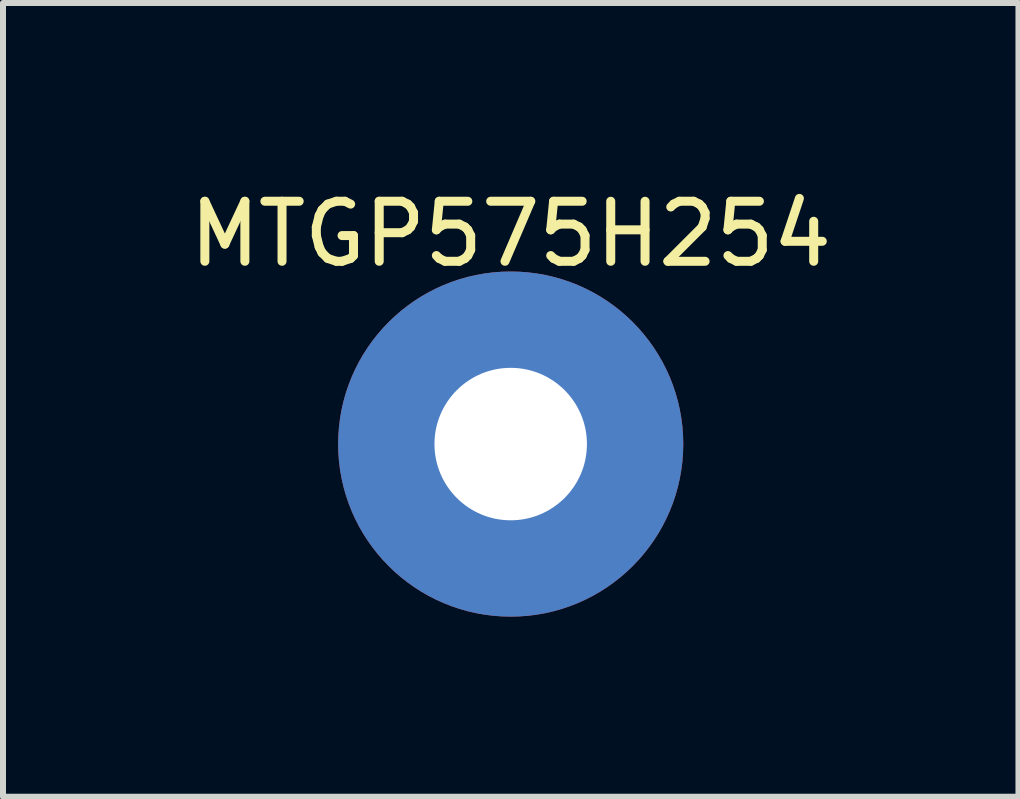
<source format=kicad_pcb>
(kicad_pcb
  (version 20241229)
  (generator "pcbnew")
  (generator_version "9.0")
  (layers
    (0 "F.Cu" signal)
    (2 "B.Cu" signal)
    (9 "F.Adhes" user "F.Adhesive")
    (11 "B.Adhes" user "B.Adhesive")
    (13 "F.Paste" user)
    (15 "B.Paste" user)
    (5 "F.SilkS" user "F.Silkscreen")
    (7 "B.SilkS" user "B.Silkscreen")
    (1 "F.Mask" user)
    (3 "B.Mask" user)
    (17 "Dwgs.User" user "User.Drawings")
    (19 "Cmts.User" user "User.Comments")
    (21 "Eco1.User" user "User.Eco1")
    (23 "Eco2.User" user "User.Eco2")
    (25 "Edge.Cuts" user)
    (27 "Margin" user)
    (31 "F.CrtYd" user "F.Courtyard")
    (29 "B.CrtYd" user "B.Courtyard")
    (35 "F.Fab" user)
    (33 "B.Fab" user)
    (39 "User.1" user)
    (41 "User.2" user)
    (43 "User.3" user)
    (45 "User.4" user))
  (footprint "MTGP575H254"
    (layer "F.Cu")
    (at 5.458 4.348)
    (property "Reference" "MTGP575H254" (at 0 -3.5 0) (layer "F.SilkS") (effects (font (size 1 1) (thickness 0.15))))
    (attr through_hole)
    (pad "1" thru_hole circle (at 0 0) (size 5.75 5.75) (drill 2.54) (layers "*.Cu" "*.Mask")))
  (gr_rect
    (start -3 -3)
    (end 13.917 10.223)
    (stroke (width 0.1) (type default))
    (fill no)
    (layer "Edge.Cuts")))
</source>
